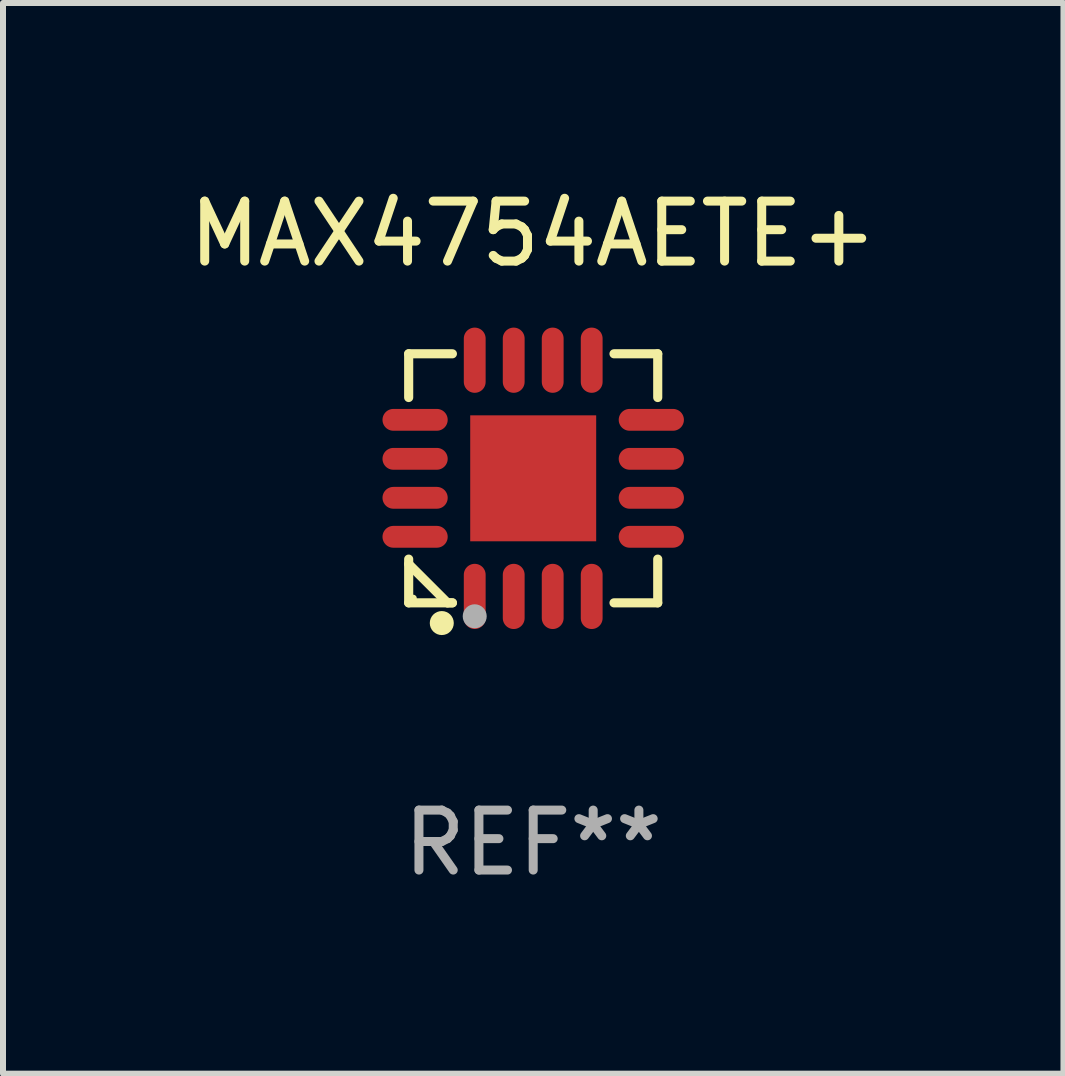
<source format=kicad_pcb>
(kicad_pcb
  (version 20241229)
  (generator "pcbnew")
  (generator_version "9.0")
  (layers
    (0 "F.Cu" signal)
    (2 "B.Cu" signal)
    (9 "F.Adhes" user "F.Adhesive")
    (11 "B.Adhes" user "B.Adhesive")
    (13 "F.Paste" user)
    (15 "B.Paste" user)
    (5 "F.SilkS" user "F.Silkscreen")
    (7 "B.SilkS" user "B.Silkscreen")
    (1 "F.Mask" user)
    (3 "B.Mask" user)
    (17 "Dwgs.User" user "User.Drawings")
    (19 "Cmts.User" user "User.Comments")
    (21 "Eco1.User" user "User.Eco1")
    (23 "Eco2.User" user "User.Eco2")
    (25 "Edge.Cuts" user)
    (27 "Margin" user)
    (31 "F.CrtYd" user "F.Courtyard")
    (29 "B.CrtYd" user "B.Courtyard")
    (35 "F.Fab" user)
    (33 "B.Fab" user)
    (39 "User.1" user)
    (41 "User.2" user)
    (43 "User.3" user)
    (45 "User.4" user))
  (footprint "MAX4754AETE+"
    (layer "F.Cu")
    (at 5.839 4.924)
    (property "Reference" "MAX4754AETE+" (at 0 -4.076 0) (layer "F.SilkS") (effects (font (size 1 1) (thickness 0.15))))
    (attr through_hole)
    (fp_line (start -2.076 -2.076) (end -1.347 -2.076) (stroke (width 0.152) (type solid)) (layer "F.SilkS"))
    (fp_line (start -2.076 -1.347) (end -2.076 -2.076) (stroke (width 0.152) (type solid)) (layer "F.SilkS"))
    (fp_line (start -2.076 1.347) (end -2.076 2.076) (stroke (width 0.152) (type solid)) (layer "F.SilkS"))
    (fp_line (start -2.076 2.076) (end -1.347 2.076) (stroke (width 0.152) (type solid)) (layer "F.SilkS"))
    (fp_line (start -1.429 2.076) (end -2.076 1.429) (stroke (width 0.152) (type solid)) (layer "F.SilkS"))
    (fp_line (start -1.347 2.076) (end -1.429 2.076) (stroke (width 0.152) (type solid)) (layer "F.SilkS"))
    (fp_line (start 2.076 -2.076) (end 1.347 -2.076) (stroke (width 0.152) (type solid)) (layer "F.SilkS"))
    (fp_line (start 2.076 -1.347) (end 2.076 -2.076) (stroke (width 0.152) (type solid)) (layer "F.SilkS"))
    (fp_line (start 2.076 1.347) (end 2.076 2.076) (stroke (width 0.152) (type solid)) (layer "F.SilkS"))
    (fp_line (start 2.076 2.076) (end 1.347 2.076) (stroke (width 0.152) (type solid)) (layer "F.SilkS"))
    (fp_circle (center -2 2) (end -1.97 2) (stroke (width 0.06) (type solid)) (fill no) (layer "F.SilkS"))
    (fp_circle (center -1.524 2.413) (end -1.424 2.413) (stroke (width 0.2) (type solid)) (fill no) (layer "F.SilkS"))
    (fp_circle (center -0.975 2.3) (end -0.875 2.3) (stroke (width 0.2) (type solid)) (fill no) (layer "F.Fab"))
    (fp_text user "REF**" (at 0 6.076 0) (layer "F.Fab") (effects (font (size 1 1) (thickness 0.15))))
    (pad "1" smd oval (at -0.975 1.969) (size 0.364 1.087) (layers "F.Cu" "F.Mask" "F.Paste"))
    (pad "2" smd oval (at -0.325 1.969) (size 0.364 1.087) (layers "F.Cu" "F.Mask" "F.Paste"))
    (pad "3" smd oval (at 0.325 1.969) (size 0.364 1.087) (layers "F.Cu" "F.Mask" "F.Paste"))
    (pad "4" smd oval (at 0.975 1.969) (size 0.364 1.087) (layers "F.Cu" "F.Mask" "F.Paste"))
    (pad "5" smd oval (at 1.969 0.975) (size 1.087 0.364) (layers "F.Cu" "F.Mask" "F.Paste"))
    (pad "6" smd oval (at 1.969 0.325) (size 1.087 0.364) (layers "F.Cu" "F.Mask" "F.Paste"))
    (pad "7" smd oval (at 1.969 -0.325) (size 1.087 0.364) (layers "F.Cu" "F.Mask" "F.Paste"))
    (pad "8" smd oval (at 1.969 -0.975) (size 1.087 0.364) (layers "F.Cu" "F.Mask" "F.Paste"))
    (pad "9" smd oval (at 0.975 -1.969) (size 0.364 1.087) (layers "F.Cu" "F.Mask" "F.Paste"))
    (pad "10" smd oval (at 0.325 -1.969) (size 0.364 1.087) (layers "F.Cu" "F.Mask" "F.Paste"))
    (pad "11" smd oval (at -0.325 -1.969) (size 0.364 1.087) (layers "F.Cu" "F.Mask" "F.Paste"))
    (pad "12" smd oval (at -0.975 -1.969) (size 0.364 1.087) (layers "F.Cu" "F.Mask" "F.Paste"))
    (pad "13" smd oval (at -1.969 -0.975) (size 1.087 0.364) (layers "F.Cu" "F.Mask" "F.Paste"))
    (pad "14" smd oval (at -1.969 -0.325) (size 1.087 0.364) (layers "F.Cu" "F.Mask" "F.Paste"))
    (pad "15" smd oval (at -1.969 0.325) (size 1.087 0.364) (layers "F.Cu" "F.Mask" "F.Paste"))
    (pad "16" smd oval (at -1.969 0.975) (size 1.087 0.364) (layers "F.Cu" "F.Mask" "F.Paste"))
    (pad "17" smd rect (at 0 0) (size 2.1 2.1) (layers "F.Cu" "F.Mask" "F.Paste")))
  (gr_rect
    (start -3 -3)
    (end 14.679 14.849)
    (stroke (width 0.1) (type default))
    (fill no)
    (layer "Edge.Cuts")))
</source>
